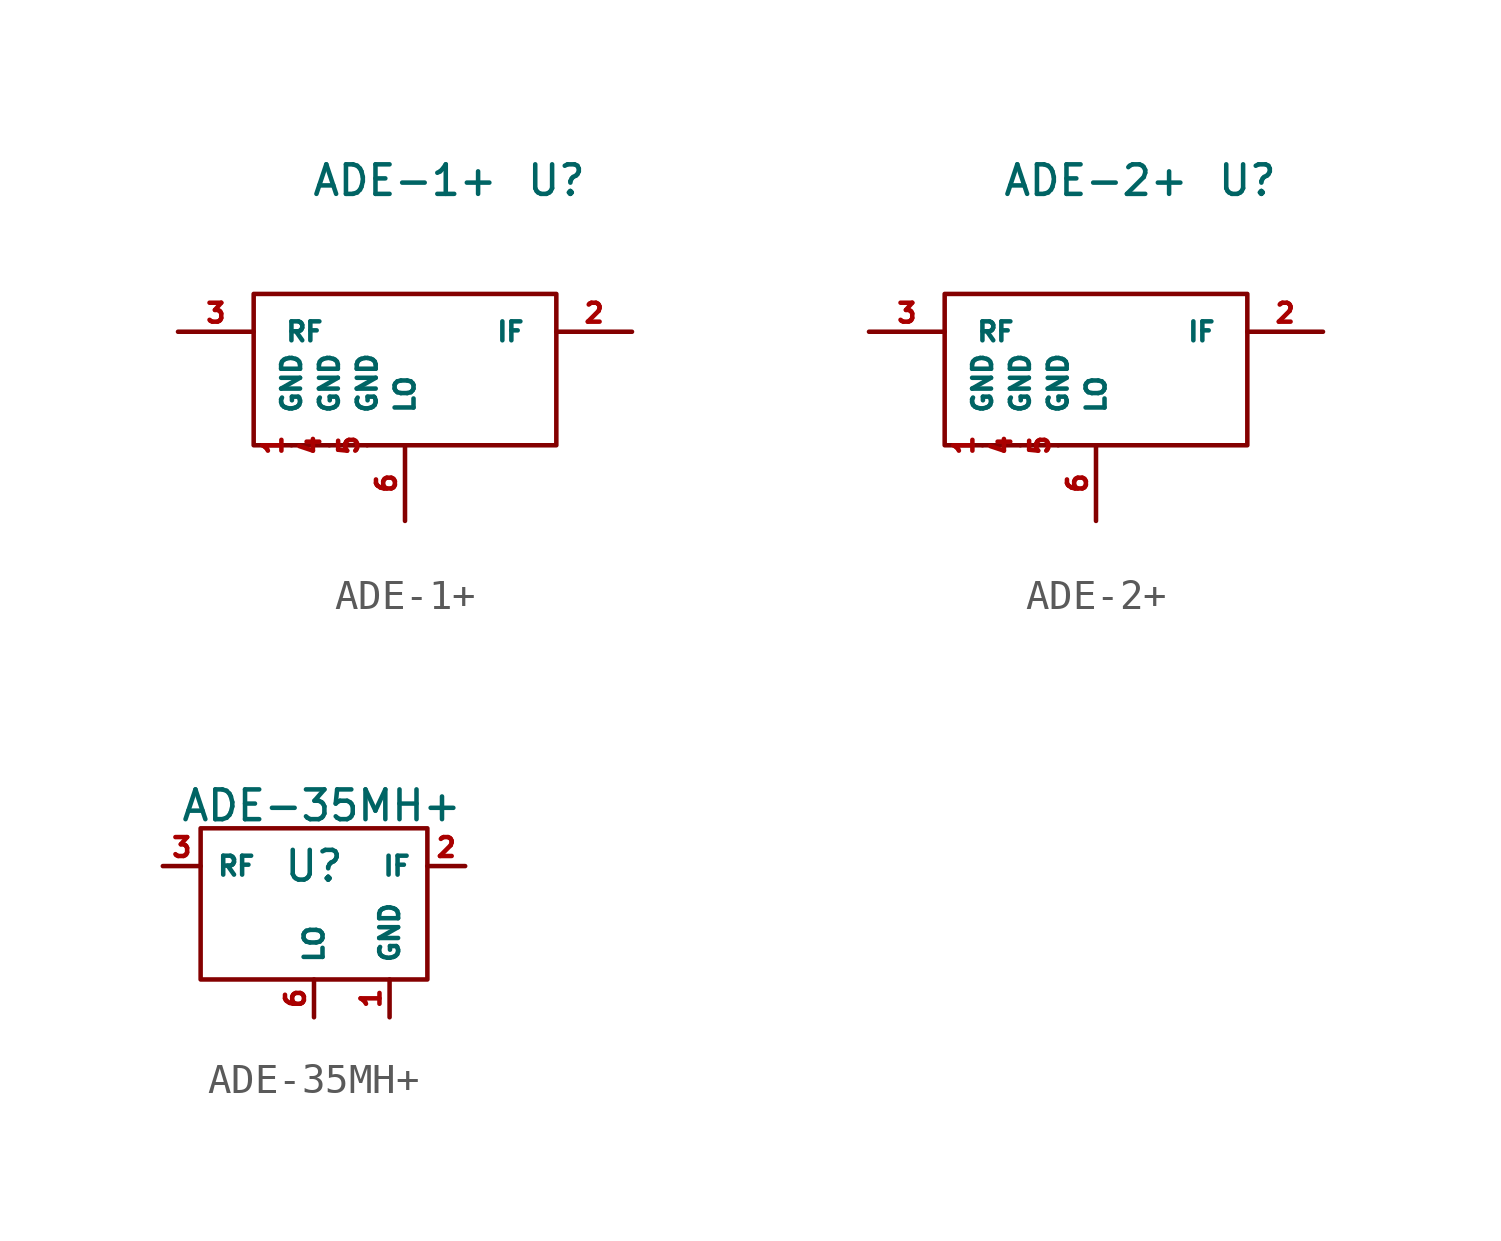
<source format=kicad_sym>
(kicad_symbol_lib
  (version 20241209)
  (generator "kicad_symbol_editor")
  (generator_version "9.0")
  (symbol "ADE-1+"
    (pin_names
      (offset 1.016))
    (property "Reference" "U"
      (at 5.08 5.08 0)
      (effects (font (size 0.991 0.991))))
    (property "Value" "ADE-1+"
      (at 0 5.08 0)
      (effects (font (size 0.991 0.991))))
    (symbol "ADE-1+_0_1"
      (rectangle (start -5.08 1.27) (end 5.08 -3.81) (stroke (width 0) (type solid)) (fill (type none))))
    (symbol "ADE-1+_1_1"
      (pin bidirectional line (at -7.62 0 0) (length 2.54) (name "RF" (effects (font (size 0.635 0.635)))) (number "3" (effects (font (size 0.635 0.635)))))
      (pin power_in line (at -3.81 -3.81 90) (length 0) (name "GND" (effects (font (size 0.635 0.635)))) (number "1" (effects (font (size 0.635 0.635)))))
      (pin power_in line (at -2.54 -3.81 90) (length 0) (name "GND" (effects (font (size 0.635 0.635)))) (number "4" (effects (font (size 0.635 0.635)))))
      (pin power_in line (at -1.27 -3.81 90) (length 0) (name "GND" (effects (font (size 0.635 0.635)))) (number "5" (effects (font (size 0.635 0.635)))))
      (pin input line (at 0 -6.35 90) (length 2.54) (name "LO" (effects (font (size 0.635 0.635)))) (number "6" (effects (font (size 0.635 0.635)))))
      (pin bidirectional line (at 7.62 0 180) (length 2.54) (name "IF" (effects (font (size 0.635 0.635)))) (number "2" (effects (font (size 0.635 0.635)))))))
  (symbol "ADE-2+"
    (pin_names
      (offset 1.016))
    (property "Reference" "U"
      (at 5.08 5.08 0)
      (effects (font (size 0.991 0.991))))
    (property "Value" "ADE-2+"
      (at 0 5.08 0)
      (effects (font (size 0.991 0.991))))
    (symbol "ADE-2+_0_1"
      (rectangle (start -5.08 1.27) (end 5.08 -3.81) (stroke (width 0) (type solid)) (fill (type none))))
    (symbol "ADE-2+_1_1"
      (pin bidirectional line (at -7.62 0 0) (length 2.54) (name "RF" (effects (font (size 0.635 0.635)))) (number "3" (effects (font (size 0.635 0.635)))))
      (pin power_in line (at -3.81 -3.81 90) (length 0) (name "GND" (effects (font (size 0.635 0.635)))) (number "1" (effects (font (size 0.635 0.635)))))
      (pin power_in line (at -2.54 -3.81 90) (length 0) (name "GND" (effects (font (size 0.635 0.635)))) (number "4" (effects (font (size 0.635 0.635)))))
      (pin power_in line (at -1.27 -3.81 90) (length 0) (name "GND" (effects (font (size 0.635 0.635)))) (number "5" (effects (font (size 0.635 0.635)))))
      (pin input line (at 0 -6.35 90) (length 2.54) (name "LO" (effects (font (size 0.635 0.635)))) (number "6" (effects (font (size 0.635 0.635)))))
      (pin bidirectional line (at 7.62 0 180) (length 2.54) (name "IF" (effects (font (size 0.635 0.635)))) (number "2" (effects (font (size 0.635 0.635)))))))
  (symbol "ADE-35MH+"
    (property "Reference" "U"
      (at 0 0 0)
      (effects (font (size 1 1))))
    (property "Value" "ADE-35MH+"
      (at 0.254 2.032 0)
      (effects (font (size 1 1))))
    (symbol "ADE-35MH+_0_1"
      (rectangle (start -3.81 1.27) (end 3.81 -3.81) (stroke (width 0) (type default)) (fill (type none))))
    (symbol "ADE-35MH+_1_1"
      (pin passive line (at -5.08 0 0) (length 1.27) (name "RF" (effects (font (size 0.635 0.635)))) (number "3" (effects (font (size 0.635 0.635)))))
      (pin passive line (at 0 -5.08 90) (length 1.27) (name "LO" (effects (font (size 0.635 0.635)))) (number "6" (effects (font (size 0.635 0.635)))))
      (pin passive line (at 2.54 -5.08 90) (length 1.27) (name "GND" (effects (font (size 0.635 0.635)))) (number "1" (effects (font (size 0.635 0.635)))))
      (pin passive line (at 2.54 -5.08 90) (length 1.27) (hide yes) (name "GND" (effects (font (size 0.635 0.635)))) (number "4" (effects (font (size 0.635 0.635)))))
      (pin passive line (at 2.54 -5.08 90) (length 1.27) (hide yes) (name "GND" (effects (font (size 0.635 0.635)))) (number "5" (effects (font (size 0.635 0.635)))))
      (pin passive line (at 5.08 0 180) (length 1.27) (name "IF" (effects (font (size 0.635 0.635)))) (number "2" (effects (font (size 0.635 0.635))))))))
</source>
